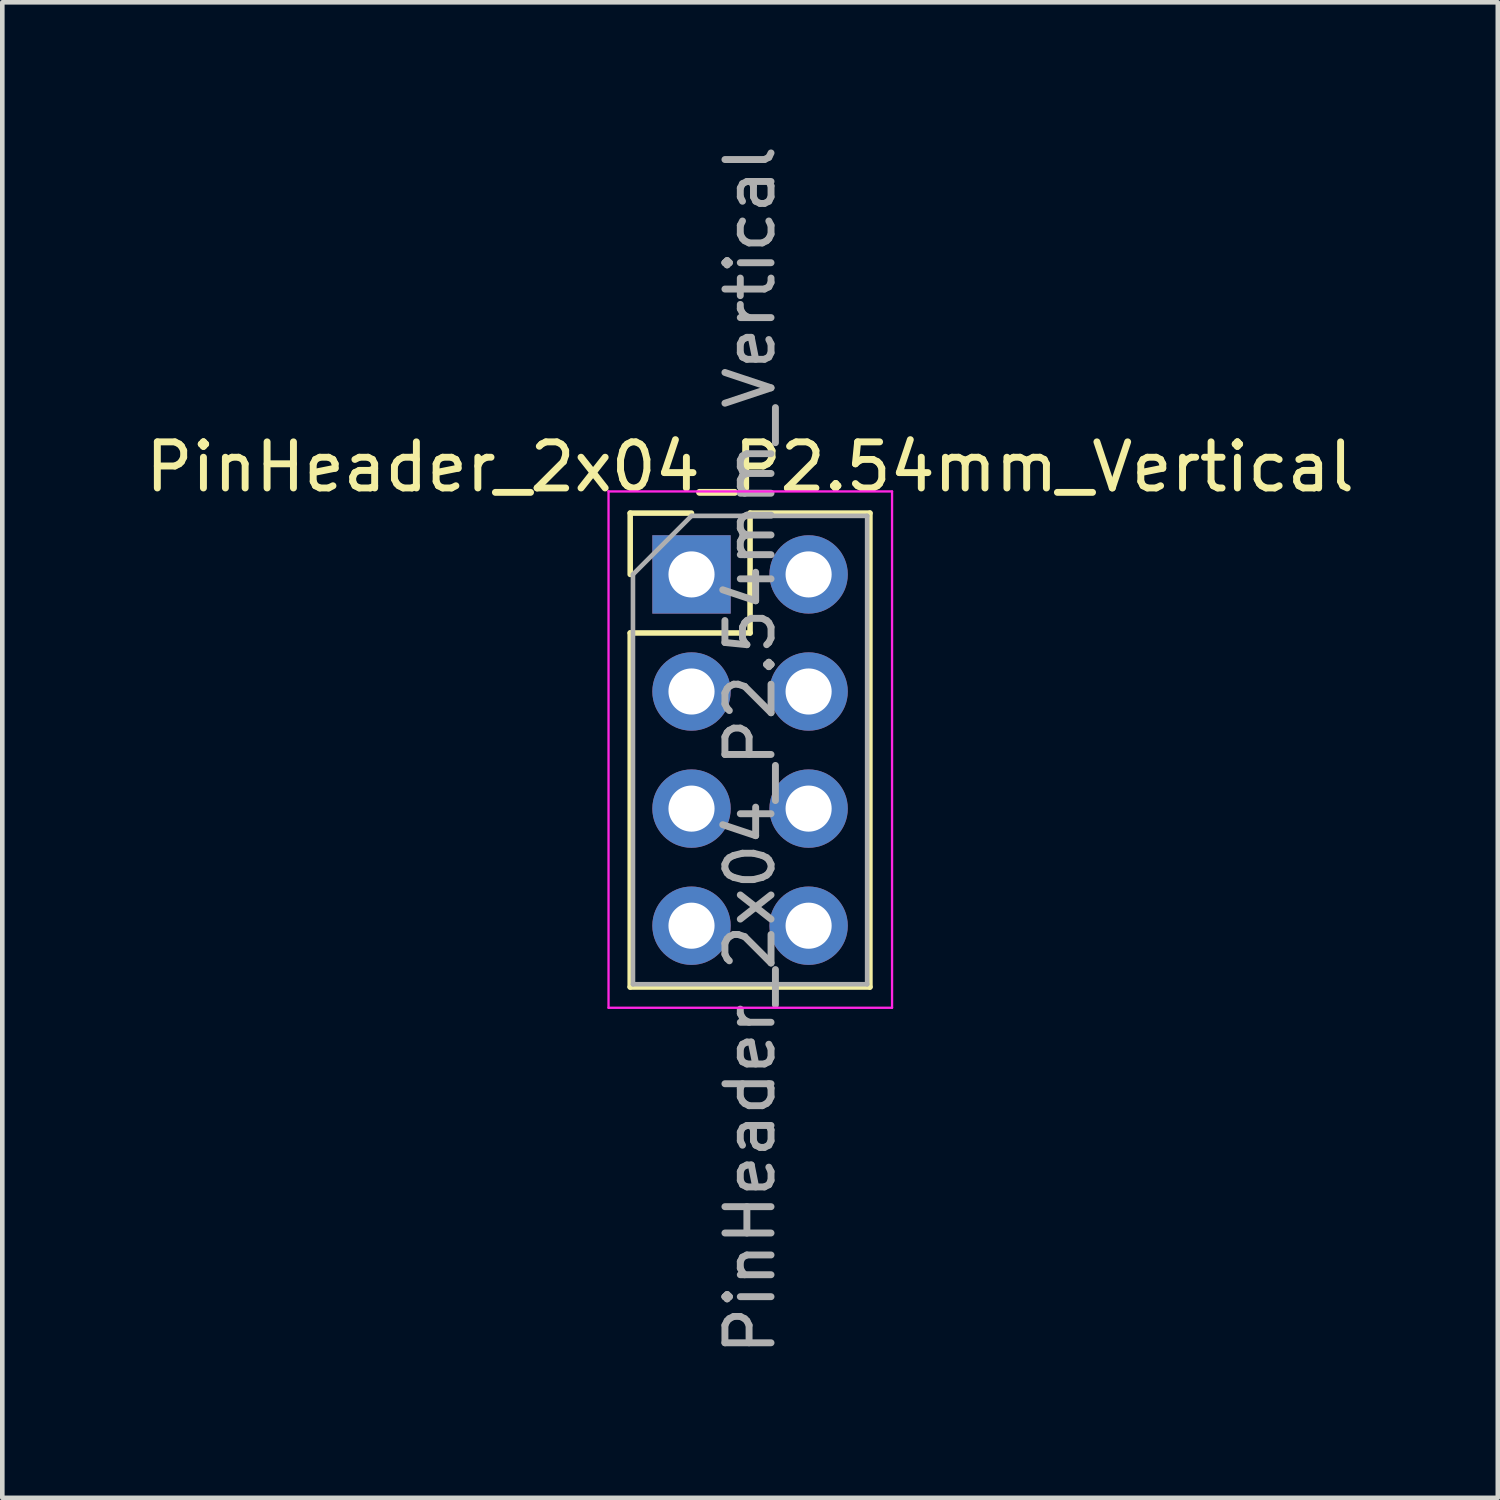
<source format=kicad_pcb>
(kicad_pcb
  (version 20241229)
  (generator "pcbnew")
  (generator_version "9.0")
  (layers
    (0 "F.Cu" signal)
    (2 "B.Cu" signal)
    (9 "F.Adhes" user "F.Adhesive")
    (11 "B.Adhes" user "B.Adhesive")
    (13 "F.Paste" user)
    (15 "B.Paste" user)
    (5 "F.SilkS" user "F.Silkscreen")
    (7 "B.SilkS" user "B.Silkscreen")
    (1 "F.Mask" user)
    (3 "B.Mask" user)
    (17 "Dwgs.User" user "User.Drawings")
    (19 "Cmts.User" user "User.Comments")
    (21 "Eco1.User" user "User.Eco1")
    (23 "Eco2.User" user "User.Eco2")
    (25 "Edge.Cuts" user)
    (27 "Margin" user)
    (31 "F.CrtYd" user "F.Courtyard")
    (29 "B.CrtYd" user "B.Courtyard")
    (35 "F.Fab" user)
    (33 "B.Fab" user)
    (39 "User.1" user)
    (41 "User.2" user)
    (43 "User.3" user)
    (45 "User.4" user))
  (footprint "PinHeader_2x04_P2.54mm_Vertical"
    (layer "F.Cu")
    (at 11.95 9.41)
    (property "Reference" "PinHeader_2x04_P2.54mm_Vertical" (at 1.27 -2.33 0) (layer "F.SilkS") (effects (font (size 1 1) (thickness 0.15))))
    (attr through_hole)
    (fp_line (start -1.33 -1.33) (end 0 -1.33) (stroke (width 0.12) (type solid)) (layer "F.SilkS"))
    (fp_line (start -1.33 0) (end -1.33 -1.33) (stroke (width 0.12) (type solid)) (layer "F.SilkS"))
    (fp_line (start -1.33 1.27) (end -1.33 8.95) (stroke (width 0.12) (type solid)) (layer "F.SilkS"))
    (fp_line (start -1.33 1.27) (end 1.27 1.27) (stroke (width 0.12) (type solid)) (layer "F.SilkS"))
    (fp_line (start -1.33 8.95) (end 3.87 8.95) (stroke (width 0.12) (type solid)) (layer "F.SilkS"))
    (fp_line (start 1.27 -1.33) (end 3.87 -1.33) (stroke (width 0.12) (type solid)) (layer "F.SilkS"))
    (fp_line (start 1.27 1.27) (end 1.27 -1.33) (stroke (width 0.12) (type solid)) (layer "F.SilkS"))
    (fp_line (start 3.87 -1.33) (end 3.87 8.95) (stroke (width 0.12) (type solid)) (layer "F.SilkS"))
    (fp_line (start -1.8 -1.8) (end -1.8 9.4) (stroke (width 0.05) (type solid)) (layer "F.CrtYd"))
    (fp_line (start -1.8 9.4) (end 4.35 9.4) (stroke (width 0.05) (type solid)) (layer "F.CrtYd"))
    (fp_line (start 4.35 -1.8) (end -1.8 -1.8) (stroke (width 0.05) (type solid)) (layer "F.CrtYd"))
    (fp_line (start 4.35 9.4) (end 4.35 -1.8) (stroke (width 0.05) (type solid)) (layer "F.CrtYd"))
    (fp_line (start -1.27 0) (end 0 -1.27) (stroke (width 0.1) (type solid)) (layer "F.Fab"))
    (fp_line (start -1.27 8.89) (end -1.27 0) (stroke (width 0.1) (type solid)) (layer "F.Fab"))
    (fp_line (start 0 -1.27) (end 3.81 -1.27) (stroke (width 0.1) (type solid)) (layer "F.Fab"))
    (fp_line (start 3.81 -1.27) (end 3.81 8.89) (stroke (width 0.1) (type solid)) (layer "F.Fab"))
    (fp_line (start 3.81 8.89) (end -1.27 8.89) (stroke (width 0.1) (type solid)) (layer "F.Fab"))
    (fp_text user "${REFERENCE}" (at 1.27 3.81 90) (layer "F.Fab") (effects (font (size 1 1) (thickness 0.15))))
    (pad "1" thru_hole rect (at 0 0) (size 1.7 1.7) (drill 1) (layers "*.Cu" "*.Mask"))
    (pad "2" thru_hole oval (at 2.54 0) (size 1.7 1.7) (drill 1) (layers "*.Cu" "*.Mask"))
    (pad "3" thru_hole oval (at 0 2.54) (size 1.7 1.7) (drill 1) (layers "*.Cu" "*.Mask"))
    (pad "4" thru_hole oval (at 2.54 2.54) (size 1.7 1.7) (drill 1) (layers "*.Cu" "*.Mask"))
    (pad "5" thru_hole oval (at 0 5.08) (size 1.7 1.7) (drill 1) (layers "*.Cu" "*.Mask"))
    (pad "6" thru_hole oval (at 2.54 5.08) (size 1.7 1.7) (drill 1) (layers "*.Cu" "*.Mask"))
    (pad "7" thru_hole oval (at 0 7.62) (size 1.7 1.7) (drill 1) (layers "*.Cu" "*.Mask"))
    (pad "8" thru_hole oval (at 2.54 7.62) (size 1.7 1.7) (drill 1) (layers "*.Cu" "*.Mask")))
  (gr_rect
    (start -3 -3)
    (end 29.44 29.44)
    (stroke (width 0.1) (type default))
    (fill no)
    (layer "Edge.Cuts")))
</source>
